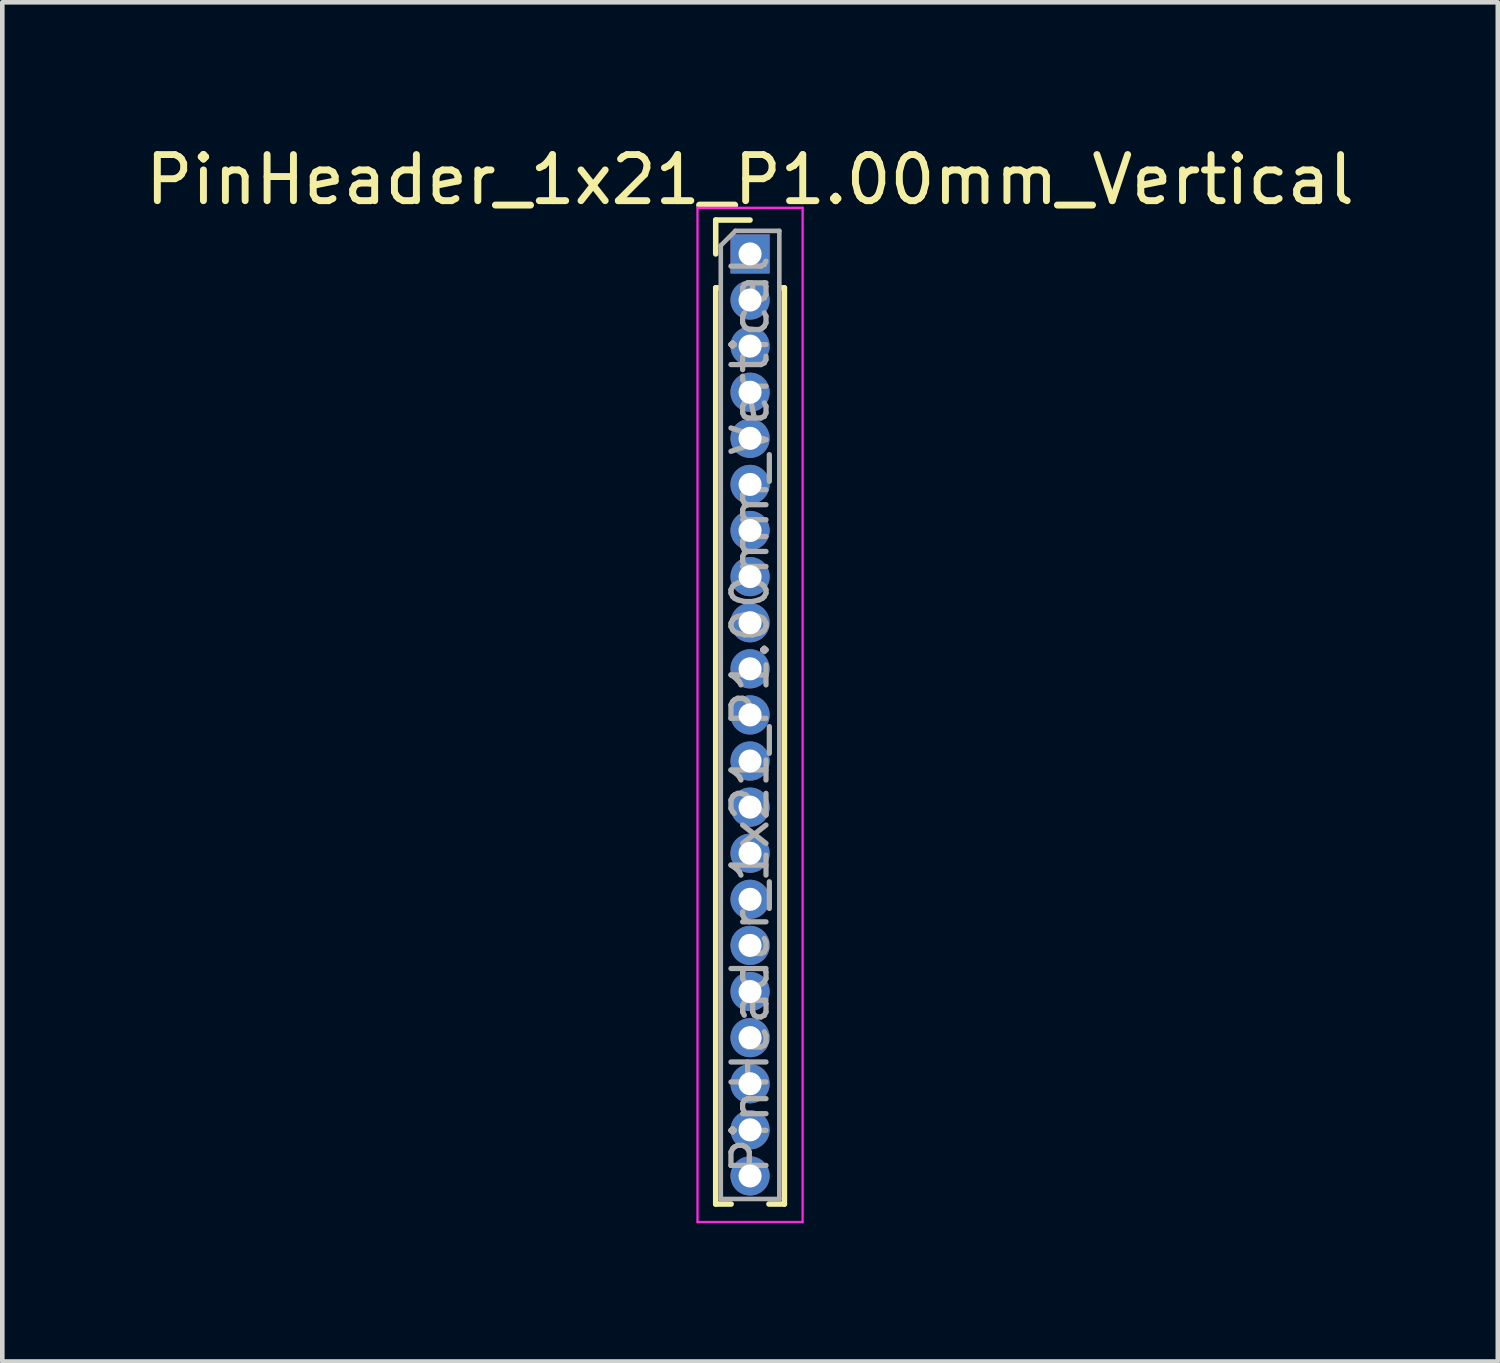
<source format=kicad_pcb>
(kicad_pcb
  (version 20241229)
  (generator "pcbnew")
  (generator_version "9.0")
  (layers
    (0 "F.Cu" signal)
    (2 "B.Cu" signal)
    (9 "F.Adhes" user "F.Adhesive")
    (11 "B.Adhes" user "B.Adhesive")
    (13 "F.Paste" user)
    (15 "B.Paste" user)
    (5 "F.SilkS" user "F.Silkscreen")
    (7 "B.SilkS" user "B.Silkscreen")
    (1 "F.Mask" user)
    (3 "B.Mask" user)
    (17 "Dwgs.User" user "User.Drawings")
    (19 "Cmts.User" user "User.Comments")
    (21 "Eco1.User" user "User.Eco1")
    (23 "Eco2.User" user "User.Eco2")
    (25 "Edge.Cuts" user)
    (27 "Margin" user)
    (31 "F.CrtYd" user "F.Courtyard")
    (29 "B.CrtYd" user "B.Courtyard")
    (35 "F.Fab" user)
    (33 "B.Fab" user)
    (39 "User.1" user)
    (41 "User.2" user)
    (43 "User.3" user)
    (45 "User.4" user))
  (footprint "PinHeader_1x21_P1.00mm_Vertical"
    (layer "F.Cu")
    (at 13.22 2.458)
    (property "Reference" "PinHeader_1x21_P1.00mm_Vertical" (at 0 -1.61 0) (layer "F.SilkS") (effects (font (size 1 1) (thickness 0.15))))
    (attr through_hole)
    (fp_line (start -0.745 -0.735) (end 0 -0.735) (stroke (width 0.12) (type solid)) (layer "F.SilkS"))
    (fp_line (start -0.745 0) (end -0.745 -0.735) (stroke (width 0.12) (type solid)) (layer "F.SilkS"))
    (fp_line (start -0.745 0.735) (end -0.745 20.61) (stroke (width 0.12) (type solid)) (layer "F.SilkS"))
    (fp_line (start -0.745 0.735) (end -0.686 0.735) (stroke (width 0.12) (type solid)) (layer "F.SilkS"))
    (fp_line (start -0.745 20.61) (end -0.41 20.61) (stroke (width 0.12) (type solid)) (layer "F.SilkS"))
    (fp_line (start 0.41 20.61) (end 0.745 20.61) (stroke (width 0.12) (type solid)) (layer "F.SilkS"))
    (fp_line (start 0.686 0.735) (end 0.745 0.735) (stroke (width 0.12) (type solid)) (layer "F.SilkS"))
    (fp_line (start 0.745 0.735) (end 0.745 20.61) (stroke (width 0.12) (type solid)) (layer "F.SilkS"))
    (fp_line (start -1.14 -1) (end -1.14 21) (stroke (width 0.05) (type solid)) (layer "F.CrtYd"))
    (fp_line (start -1.14 21) (end 1.14 21) (stroke (width 0.05) (type solid)) (layer "F.CrtYd"))
    (fp_line (start 1.14 -1) (end -1.14 -1) (stroke (width 0.05) (type solid)) (layer "F.CrtYd"))
    (fp_line (start 1.14 21) (end 1.14 -1) (stroke (width 0.05) (type solid)) (layer "F.CrtYd"))
    (fp_line (start -0.635 -0.182) (end -0.318 -0.5) (stroke (width 0.1) (type solid)) (layer "F.Fab"))
    (fp_line (start -0.635 20.5) (end -0.635 -0.182) (stroke (width 0.1) (type solid)) (layer "F.Fab"))
    (fp_line (start -0.318 -0.5) (end 0.635 -0.5) (stroke (width 0.1) (type solid)) (layer "F.Fab"))
    (fp_line (start 0.635 -0.5) (end 0.635 20.5) (stroke (width 0.1) (type solid)) (layer "F.Fab"))
    (fp_line (start 0.635 20.5) (end -0.635 20.5) (stroke (width 0.1) (type solid)) (layer "F.Fab"))
    (fp_text user "${REFERENCE}" (at 0 10 90) (layer "F.Fab") (effects (font (size 0.76 0.76) (thickness 0.114))))
    (pad "1" thru_hole rect (at 0 0) (size 0.85 0.85) (drill 0.5) (layers "*.Cu" "*.Mask"))
    (pad "2" thru_hole circle (at 0 1) (size 0.85 0.85) (drill 0.5) (layers "*.Cu" "*.Mask"))
    (pad "3" thru_hole circle (at 0 2) (size 0.85 0.85) (drill 0.5) (layers "*.Cu" "*.Mask"))
    (pad "4" thru_hole circle (at 0 3) (size 0.85 0.85) (drill 0.5) (layers "*.Cu" "*.Mask"))
    (pad "5" thru_hole circle (at 0 4) (size 0.85 0.85) (drill 0.5) (layers "*.Cu" "*.Mask"))
    (pad "6" thru_hole circle (at 0 5) (size 0.85 0.85) (drill 0.5) (layers "*.Cu" "*.Mask"))
    (pad "7" thru_hole circle (at 0 6) (size 0.85 0.85) (drill 0.5) (layers "*.Cu" "*.Mask"))
    (pad "8" thru_hole circle (at 0 7) (size 0.85 0.85) (drill 0.5) (layers "*.Cu" "*.Mask"))
    (pad "9" thru_hole circle (at 0 8) (size 0.85 0.85) (drill 0.5) (layers "*.Cu" "*.Mask"))
    (pad "10" thru_hole circle (at 0 9) (size 0.85 0.85) (drill 0.5) (layers "*.Cu" "*.Mask"))
    (pad "11" thru_hole circle (at 0 10) (size 0.85 0.85) (drill 0.5) (layers "*.Cu" "*.Mask"))
    (pad "12" thru_hole circle (at 0 11) (size 0.85 0.85) (drill 0.5) (layers "*.Cu" "*.Mask"))
    (pad "13" thru_hole circle (at 0 12) (size 0.85 0.85) (drill 0.5) (layers "*.Cu" "*.Mask"))
    (pad "14" thru_hole circle (at 0 13) (size 0.85 0.85) (drill 0.5) (layers "*.Cu" "*.Mask"))
    (pad "15" thru_hole circle (at 0 14) (size 0.85 0.85) (drill 0.5) (layers "*.Cu" "*.Mask"))
    (pad "16" thru_hole circle (at 0 15) (size 0.85 0.85) (drill 0.5) (layers "*.Cu" "*.Mask"))
    (pad "17" thru_hole circle (at 0 16) (size 0.85 0.85) (drill 0.5) (layers "*.Cu" "*.Mask"))
    (pad "18" thru_hole circle (at 0 17) (size 0.85 0.85) (drill 0.5) (layers "*.Cu" "*.Mask"))
    (pad "19" thru_hole circle (at 0 18) (size 0.85 0.85) (drill 0.5) (layers "*.Cu" "*.Mask"))
    (pad "20" thru_hole circle (at 0 19) (size 0.85 0.85) (drill 0.5) (layers "*.Cu" "*.Mask"))
    (pad "21" thru_hole circle (at 0 20) (size 0.85 0.85) (drill 0.5) (layers "*.Cu" "*.Mask")))
  (gr_rect
    (start -3 -3)
    (end 29.44 26.483)
    (stroke (width 0.1) (type default))
    (fill no)
    (layer "Edge.Cuts")))
</source>
